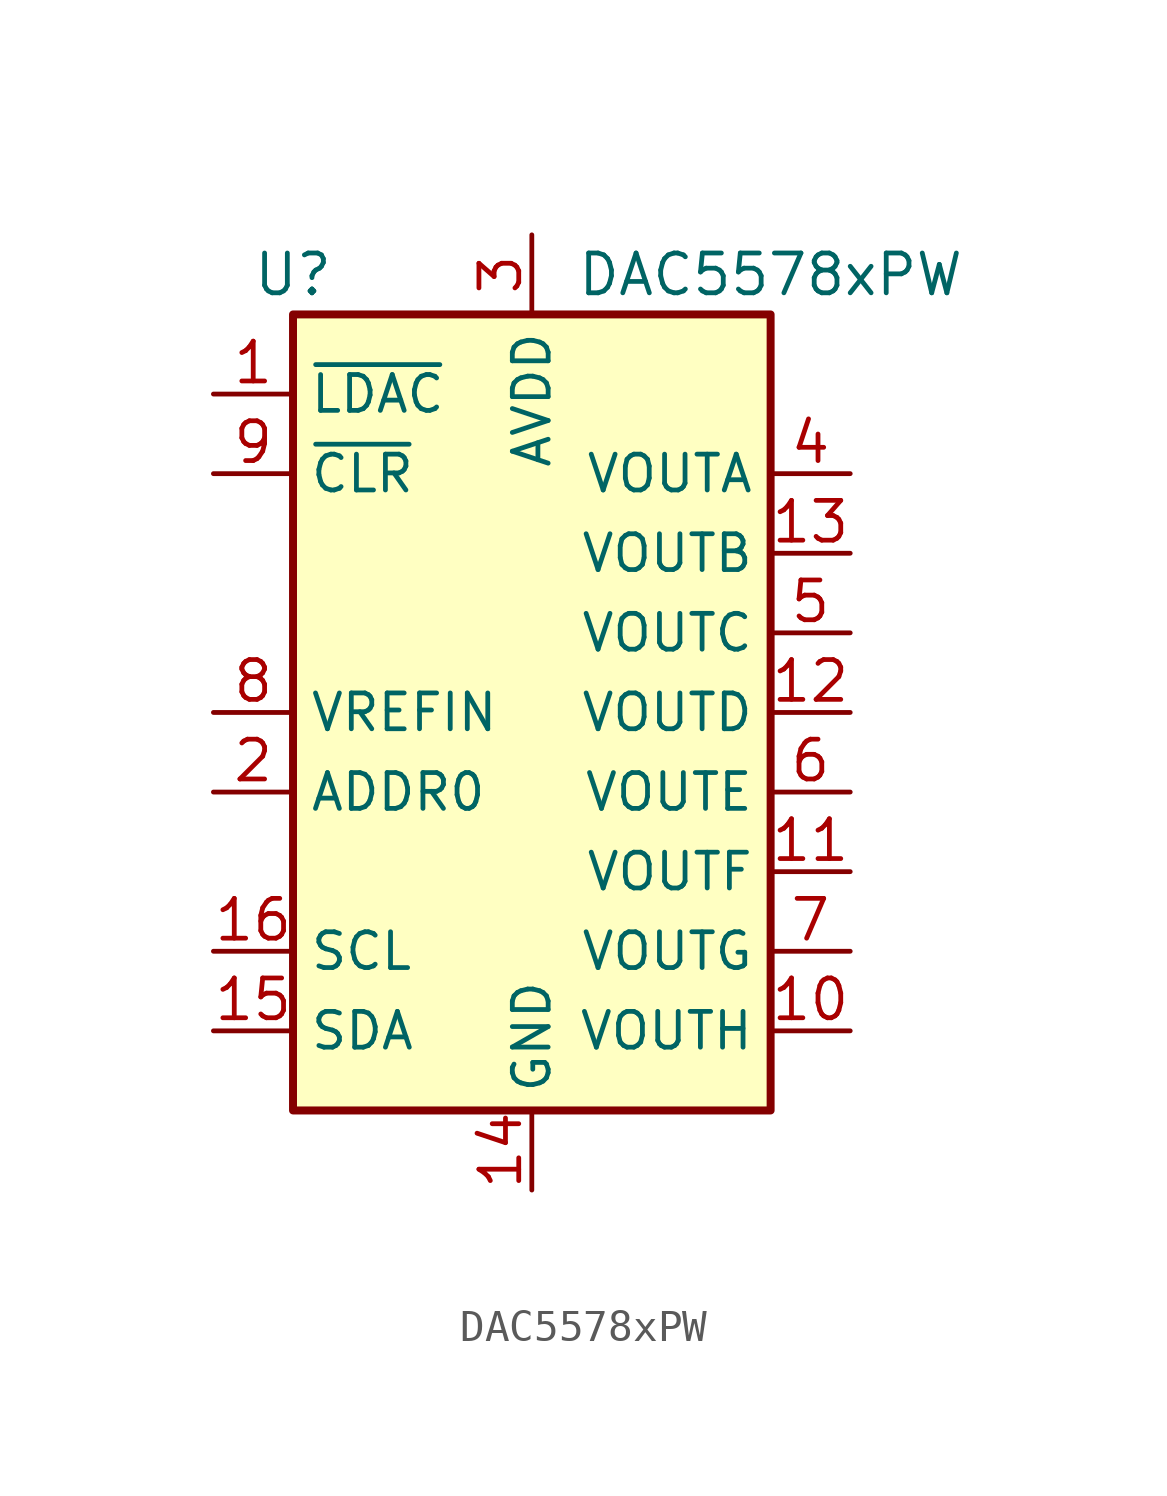
<source format=kicad_sym>
(kicad_symbol_lib
  (version 20201005)
  (generator kicad_symbol_editor)
  (symbol "DAC5578xPW"
    (property "Reference" "U"
      (at -7.62 13.97 0)
      (effects (font (size 1.27 1.27))))
    (property "Value" "DAC5578xPW"
      (at 7.62 13.97 0)
      (effects (font (size 1.27 1.27))))
    (symbol "DAC5578xPW_0_1"
      (rectangle (start -7.62 12.7) (end 7.62 -12.7) (stroke (width 0.254)) (fill (type background))))
    (symbol "DAC5578xPW_1_1"
      (pin input line (at -10.16 10.16 0) (length 2.54) (name "~LDAC" (effects (font (size 1.143 1.143)))) (number "1" (effects (font (size 1.27 1.27)))))
      (pin output line (at 10.16 -10.16 180) (length 2.54) (name "VOUTH" (effects (font (size 1.143 1.143)))) (number "10" (effects (font (size 1.27 1.27)))))
      (pin output line (at 10.16 -5.08 180) (length 2.54) (name "VOUTF" (effects (font (size 1.143 1.143)))) (number "11" (effects (font (size 1.27 1.27)))))
      (pin output line (at 10.16 0 180) (length 2.54) (name "VOUTD" (effects (font (size 1.143 1.143)))) (number "12" (effects (font (size 1.27 1.27)))))
      (pin output line (at 10.16 5.08 180) (length 2.54) (name "VOUTB" (effects (font (size 1.143 1.143)))) (number "13" (effects (font (size 1.27 1.27)))))
      (pin power_in line (at 0 -15.24 90) (length 2.54) (name "GND" (effects (font (size 1.143 1.143)))) (number "14" (effects (font (size 1.27 1.27)))))
      (pin bidirectional line (at -10.16 -10.16 0) (length 2.54) (name "SDA" (effects (font (size 1.143 1.143)))) (number "15" (effects (font (size 1.27 1.27)))))
      (pin input line (at -10.16 -7.62 0) (length 2.54) (name "SCL" (effects (font (size 1.143 1.143)))) (number "16" (effects (font (size 1.27 1.27)))))
      (pin input line (at -10.16 -2.54 0) (length 2.54) (name "ADDR0" (effects (font (size 1.143 1.143)))) (number "2" (effects (font (size 1.27 1.27)))))
      (pin power_in line (at 0 15.24 270) (length 2.54) (name "AVDD" (effects (font (size 1.143 1.143)))) (number "3" (effects (font (size 1.27 1.27)))))
      (pin output line (at 10.16 7.62 180) (length 2.54) (name "VOUTA" (effects (font (size 1.143 1.143)))) (number "4" (effects (font (size 1.27 1.27)))))
      (pin output line (at 10.16 2.54 180) (length 2.54) (name "VOUTC" (effects (font (size 1.143 1.143)))) (number "5" (effects (font (size 1.27 1.27)))))
      (pin output line (at 10.16 -2.54 180) (length 2.54) (name "VOUTE" (effects (font (size 1.143 1.143)))) (number "6" (effects (font (size 1.27 1.27)))))
      (pin output line (at 10.16 -7.62 180) (length 2.54) (name "VOUTG" (effects (font (size 1.143 1.143)))) (number "7" (effects (font (size 1.27 1.27)))))
      (pin input line (at -10.16 0 0) (length 2.54) (name "VREFIN" (effects (font (size 1.143 1.143)))) (number "8" (effects (font (size 1.27 1.27)))))
      (pin input line (at -10.16 7.62 0) (length 2.54) (name "~CLR" (effects (font (size 1.143 1.143)))) (number "9" (effects (font (size 1.27 1.27))))))))
</source>
